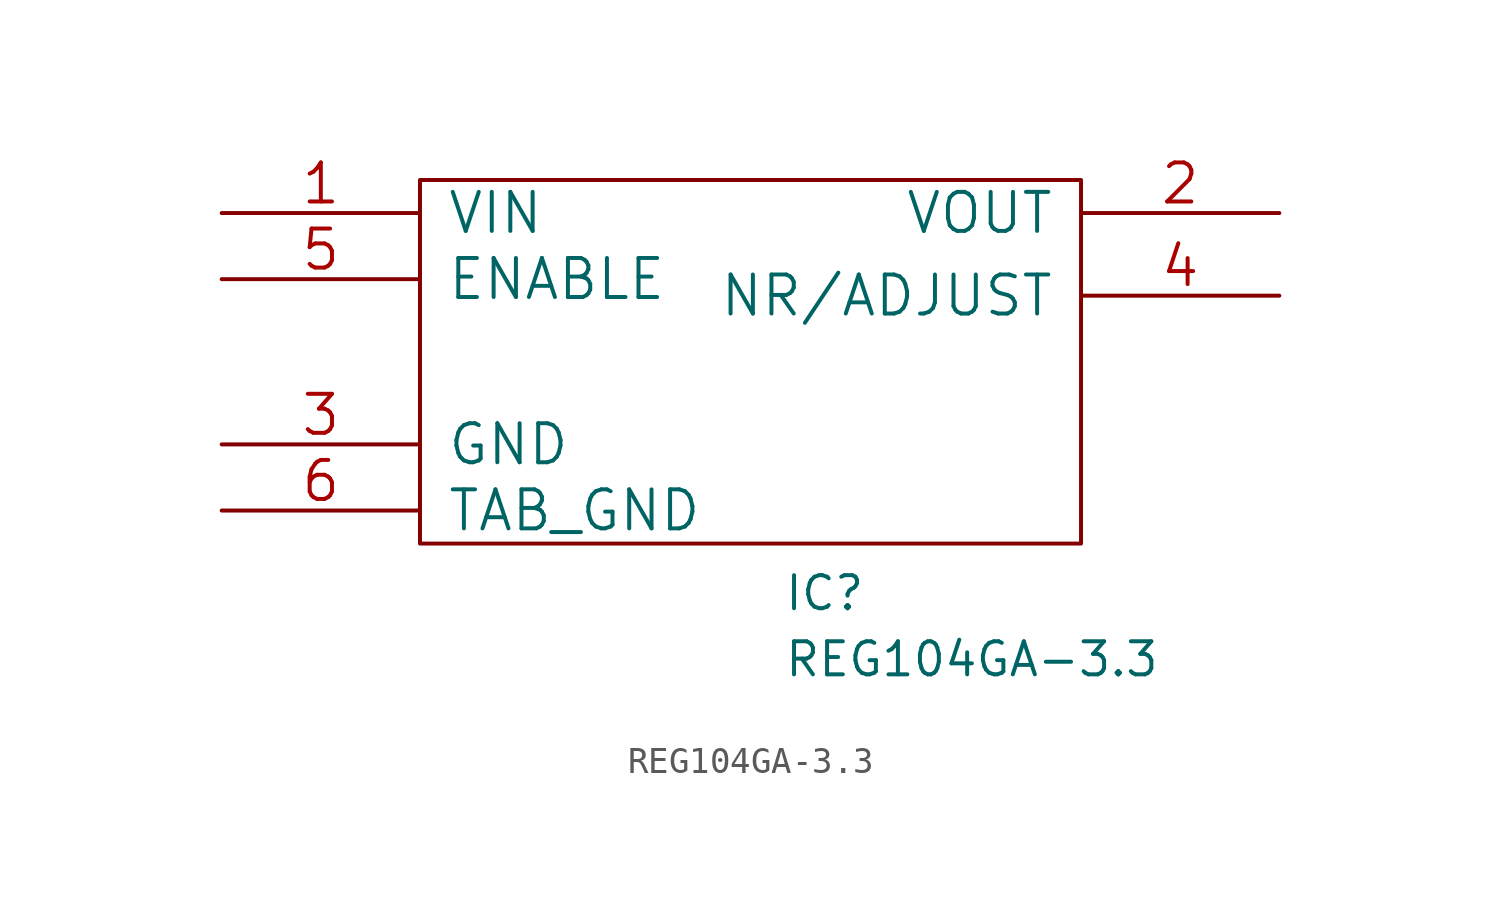
<source format=kicad_sym>
(kicad_symbol_lib
  (version 20210619)
  (generator kicad_symbol_editor)
  (symbol "REG104GA-3.3"
    (pin_names
      (offset 1.016))
    (property "Reference" "IC"
      (at 1.27 -8.89 0)
      (effects (font (size 1.27 1.27)) (justify left)))
    (property "Value" "REG104GA-3.3"
      (at 1.27 -11.43 0)
      (effects (font (size 1.27 1.27)) (justify left)))
    (symbol "REG104GA-3.3_0_1"
      (rectangle (start -12.7 6.985) (end 12.7 -6.985) (stroke (width 0)) (fill (type none))))
    (symbol "REG104GA-3.3_1_1"
      (pin input line (at -20.32 5.715 0) (length 7.62) (name "VIN" (effects (font (size 1.499 1.499)))) (number "1" (effects (font (size 1.499 1.499)))))
      (pin output line (at 20.32 5.715 180) (length 7.62) (name "VOUT" (effects (font (size 1.499 1.499)))) (number "2" (effects (font (size 1.499 1.499)))))
      (pin power_in line (at -20.32 -3.175 0) (length 7.62) (name "GND" (effects (font (size 1.499 1.499)))) (number "3" (effects (font (size 1.499 1.499)))))
      (pin bidirectional line (at 20.32 2.54 180) (length 7.62) (name "NR/ADJUST" (effects (font (size 1.499 1.499)))) (number "4" (effects (font (size 1.499 1.499)))))
      (pin unspecified line (at -20.32 3.175 0) (length 7.62) (name "ENABLE" (effects (font (size 1.499 1.499)))) (number "5" (effects (font (size 1.499 1.499)))))
      (pin power_in line (at -20.32 -5.715 0) (length 7.62) (name "TAB_GND" (effects (font (size 1.499 1.499)))) (number "6" (effects (font (size 1.499 1.499))))))))
</source>
